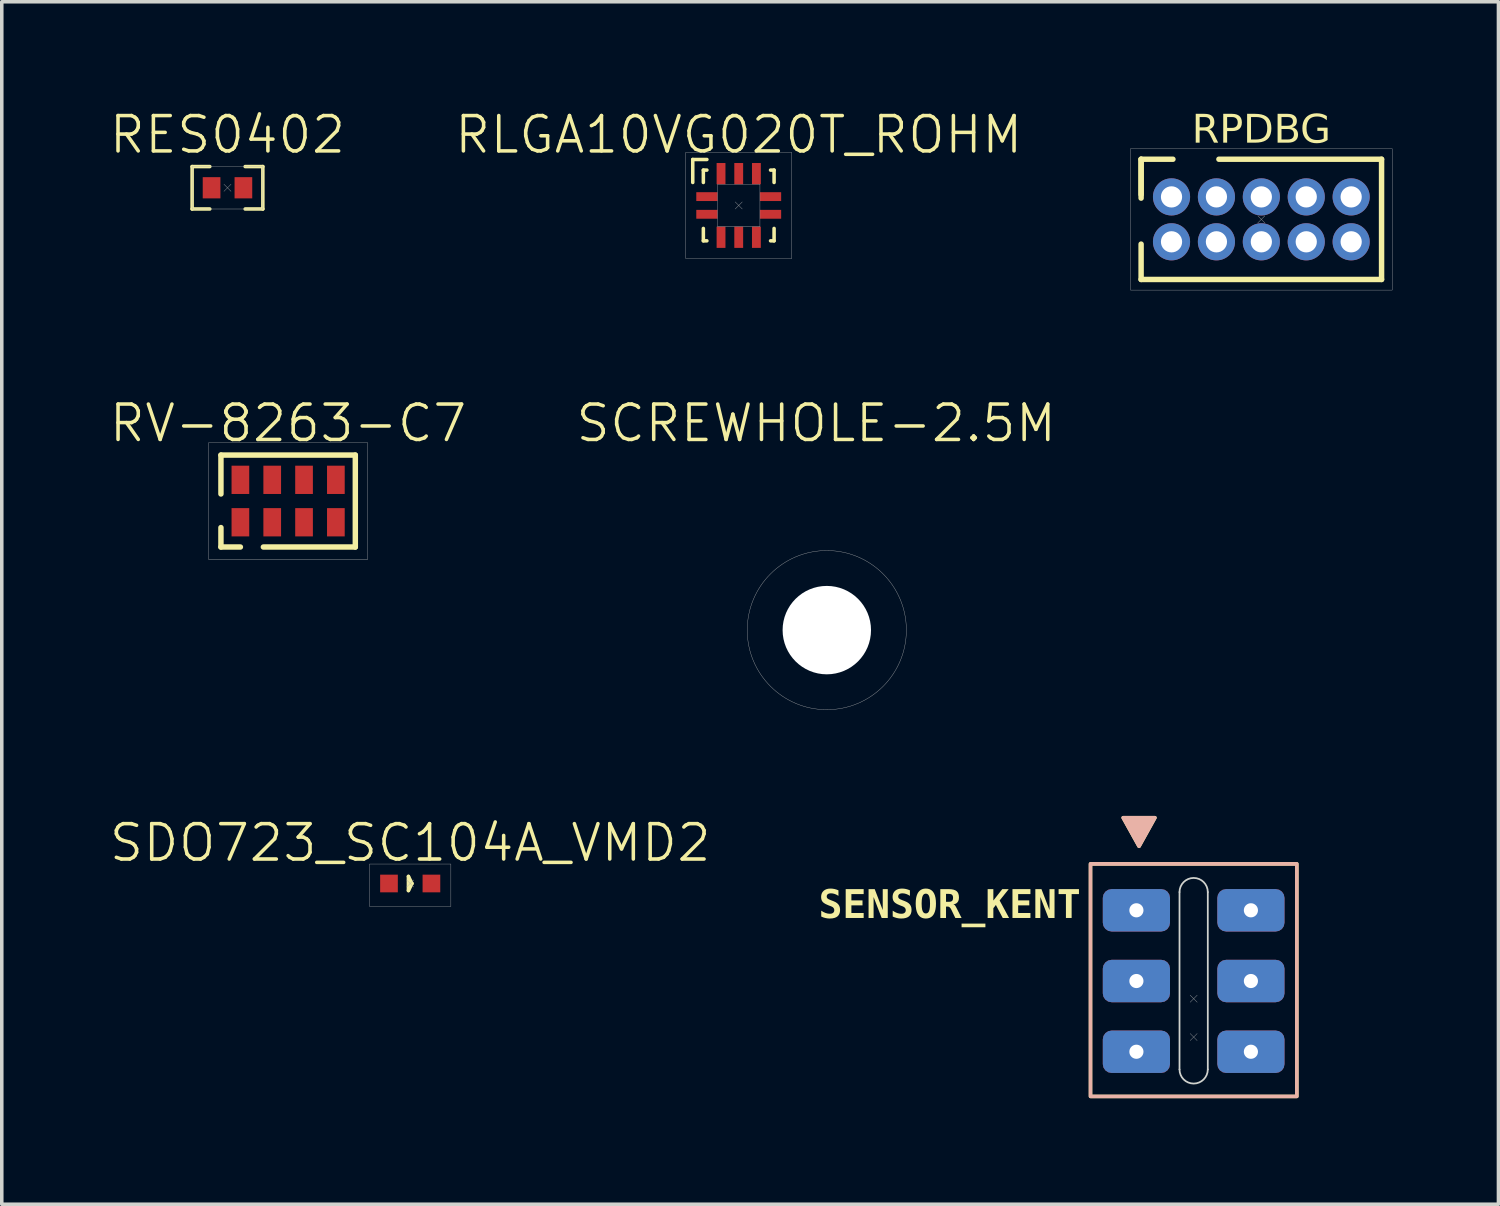
<source format=kicad_pcb>
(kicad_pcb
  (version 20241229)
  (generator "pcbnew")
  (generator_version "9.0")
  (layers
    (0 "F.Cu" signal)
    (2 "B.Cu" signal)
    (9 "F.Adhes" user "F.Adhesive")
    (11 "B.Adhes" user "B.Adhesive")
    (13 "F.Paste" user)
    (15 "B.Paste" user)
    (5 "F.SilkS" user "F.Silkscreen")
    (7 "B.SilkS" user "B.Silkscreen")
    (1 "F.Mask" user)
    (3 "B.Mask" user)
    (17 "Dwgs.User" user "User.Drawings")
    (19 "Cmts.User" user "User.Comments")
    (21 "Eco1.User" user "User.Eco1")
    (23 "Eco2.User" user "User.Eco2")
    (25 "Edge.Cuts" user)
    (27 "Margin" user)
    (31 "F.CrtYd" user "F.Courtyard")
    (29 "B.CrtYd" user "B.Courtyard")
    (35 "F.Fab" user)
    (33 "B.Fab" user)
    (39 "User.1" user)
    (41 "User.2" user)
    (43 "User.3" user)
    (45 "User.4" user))
  (footprint "SDO723_SC104A_VMD2"
    (layer "F.Cu")
    (at 8.55 21.934)
    (property "Reference" "SDO723_SC104A_VMD2" (at 0 -1.15 0) (unlocked yes) (layer "F.SilkS") (effects (font (size 1 1) (thickness 0.1))))
    (attr smd)
    (fp_line (start -0.05 -0.2) (end -0.05 0.2) (stroke (width 0.1) (type default)) (layer "F.SilkS"))
    (fp_line (start -0.05 0.2) (end 0.05 0) (stroke (width 0.1) (type default)) (layer "F.SilkS"))
    (fp_line (start 0.05 0) (end -0.05 -0.2) (stroke (width 0.1) (type default)) (layer "F.SilkS"))
    (fp_line (start -0.1 0.1) (end 0.1 -0.1) (stroke (width 0.01) (type default)) (layer "F.Fab"))
    (fp_line (start 0.1 0.1) (end -0.1 -0.1) (stroke (width 0.01) (type default)) (layer "F.Fab"))
    (fp_rect (start -1.15 -0.55) (end 1.15 0.65) (stroke (width 0.01) (type default)) (fill no) (layer "F.Fab"))
    (pad "A" smd rect (at -0.6 0) (size 0.5 0.5) (layers "F.Cu" "F.Mask" "F.Paste"))
    (pad "K" smd rect (at 0.6 0) (size 0.5 0.5) (layers "F.Cu" "F.Mask" "F.Paste")))
  (footprint "SENSOR_KENT"
    (layer "F.Cu")
    (at 30.705 26.277)
    (property "Reference" "SENSOR_KENT" (at -6.9 -3.7 0) (unlocked yes) (layer "F.SilkS") (effects (font (face "Consolas") (size 0.8 0.8) (thickness 0.16) (bold yes))))
    (attr through_hole)
    (fp_poly (pts (xy -1.544 -5.395) (xy -1.095 -6.203) (xy -1.993 -6.203)) (stroke (width 0.1) (type solid)) (fill yes) (layer "F.SilkS"))
    (fp_poly (pts (xy -2.917 -4.898) (xy 2.917 -4.898) (xy 2.917 1.678) (xy -2.917 1.678)) (stroke (width 0.1) (type default)) (fill no) (layer "F.SilkS"))
    (fp_poly (pts (xy -1.544 -5.395) (xy -1.095 -6.203) (xy -1.993 -6.203)) (stroke (width 0.1) (type solid)) (fill yes) (layer "B.SilkS"))
    (fp_poly (pts (xy -2.917 -4.898) (xy 2.917 -4.898) (xy 2.917 1.678) (xy -2.917 1.678)) (stroke (width 0.1) (type default)) (fill no) (layer "B.SilkS"))
    (fp_line (start -0.4 0.915) (end -0.4 -4.1) (stroke (width 0.05) (type default)) (layer "Edge.Cuts"))
    (fp_line (start 0.4 -4.1) (end 0.4 0.915) (stroke (width 0.05) (type default)) (layer "Edge.Cuts"))
    (fp_arc (start -0.4 -4.1) (mid -0.000001 -4.5) (end 0.399999 -4.100001) (stroke (width 0.05) (type default)) (layer "Edge.Cuts"))
    (fp_arc (start 0.4 0.915) (mid 0 1.315001) (end -0.4 0.915) (stroke (width 0.05) (type default)) (layer "Edge.Cuts"))
    (fp_line (start -1.669 0.315) (end -1.469 0.515) (stroke (width 0.01) (type default)) (layer "F.Fab"))
    (fp_line (start -1.669 0.515) (end -1.469 0.315) (stroke (width 0.01) (type default)) (layer "F.Fab"))
    (fp_line (start -0.1 -1.185) (end 0.1 -0.985) (stroke (width 0.01) (type default)) (layer "F.Fab"))
    (fp_line (start -0.1 -0.985) (end 0.1 -1.185) (stroke (width 0.01) (type default)) (layer "F.Fab"))
    (fp_line (start -0.1 -0.1) (end 0.1 0.1) (stroke (width 0.01) (type default)) (layer "F.Fab"))
    (fp_line (start -0.1 0.1) (end 0.1 -0.1) (stroke (width 0.01) (type default)) (layer "F.Fab"))
    (pad "1" thru_hole circle (at -1.619 -3.585) (size 0.8 0.8) (drill 0.4) (layers "*.Cu" "*.Mask"))
    (pad "1" smd roundrect (at -1.619 -3.585) (size 1.9 1.2) (layers "F.Cu" "F.Mask" "F.Paste") (roundrect_rratio 0.208))
    (pad "1" smd roundrect (at -1.619 -3.585) (size 1.9 1.2) (layers "B.Cu" "B.Mask" "B.Paste") (roundrect_rratio 0.208))
    (pad "2" thru_hole circle (at -1.619 -1.585) (size 0.8 0.8) (drill 0.4) (layers "*.Cu" "*.Mask"))
    (pad "2" smd roundrect (at -1.619 -1.585) (size 1.9 1.2) (layers "F.Cu" "F.Mask" "F.Paste") (roundrect_rratio 0.208))
    (pad "2" smd roundrect (at -1.619 -1.585) (size 1.9 1.2) (layers "B.Cu" "B.Mask" "B.Paste") (roundrect_rratio 0.208))
    (pad "3" thru_hole circle (at -1.619 0.415) (size 0.8 0.8) (drill 0.4) (layers "*.Cu" "*.Mask"))
    (pad "3" smd roundrect (at -1.619 0.415) (size 1.9 1.2) (layers "F.Cu" "F.Mask" "F.Paste") (roundrect_rratio 0.208))
    (pad "3" smd roundrect (at -1.619 0.415) (size 1.9 1.2) (layers "B.Cu" "B.Mask" "B.Paste") (roundrect_rratio 0.208))
    (pad "4" thru_hole circle (at 1.619 0.415) (size 0.8 0.8) (drill 0.4) (layers "*.Cu" "*.Mask"))
    (pad "4" smd roundrect (at 1.619 0.415) (size 1.9 1.2) (layers "F.Cu" "F.Mask" "F.Paste") (roundrect_rratio 0.208))
    (pad "4" smd roundrect (at 1.619 0.415) (size 1.9 1.2) (layers "B.Cu" "B.Mask" "B.Paste") (roundrect_rratio 0.208))
    (pad "5" thru_hole circle (at 1.619 -1.585) (size 0.8 0.8) (drill 0.4) (layers "*.Cu" "*.Mask"))
    (pad "5" smd roundrect (at 1.619 -1.585) (size 1.9 1.2) (layers "F.Cu" "F.Mask" "F.Paste") (roundrect_rratio 0.208))
    (pad "5" smd roundrect (at 1.619 -1.585) (size 1.9 1.2) (layers "B.Cu" "B.Mask" "B.Paste") (roundrect_rratio 0.208))
    (pad "6" thru_hole circle (at 1.619 -3.585) (size 0.8 0.8) (drill 0.4) (layers "*.Cu" "*.Mask"))
    (pad "6" smd roundrect (at 1.619 -3.585) (size 1.9 1.2) (layers "F.Cu" "F.Mask" "F.Paste") (roundrect_rratio 0.208))
    (pad "6" smd roundrect (at 1.619 -3.585) (size 1.9 1.2) (layers "B.Cu" "B.Mask" "B.Paste") (roundrect_rratio 0.208)))
  (footprint "SCREWHOLE-2.5M"
    (layer "F.Cu")
    (at 20.331 14.769)
    (property "Reference" "SCREWHOLE-2.5M" (at -0.3 -5.85 0) (unlocked yes) (layer "F.SilkS") (effects (font (size 1 1) (thickness 0.1))))
    (fp_line (start -0.1 0.1) (end 0.1 -0.1) (stroke (width 0.01) (type default)) (layer "F.Fab"))
    (fp_line (start 0.1 0.1) (end -0.1 -0.1) (stroke (width 0.01) (type default)) (layer "F.Fab"))
    (fp_circle (center 0 0) (end 2.25 0) (stroke (width 0.01) (type default)) (fill no) (layer "F.Fab"))
    (pad "" np_thru_hole circle (at 0 0) (size 2.5 2.5) (drill 2.5) (layers "*.Cu" "*.Mask")))
  (footprint "RPDBG"
    (layer "F.Cu")
    (at 32.619 3.153)
    (property "Reference" "RPDBG" (at 0 -2.5 0) (unlocked yes) (layer "F.SilkS") (effects (font (face "Arial") (size 0.8 0.8) (thickness 0.1))))
    (attr through_hole)
    (fp_line (start -3.4 0.7) (end -3.4 1.7) (stroke (width 0.154) (type default)) (layer "F.SilkS"))
    (fp_line (start -3.4 -1.7) (end -3.4 -0.6) (stroke (width 0.154) (type default)) (layer "F.SilkS"))
    (fp_line (start -3.4 -1.7) (end -3.4 -0.7) (stroke (width 0.154) (type default)) (layer "F.SilkS"))
    (fp_line (start -3.4 -1.7) (end -2.5 -1.7) (stroke (width 0.154) (type default)) (layer "F.SilkS"))
    (fp_line (start -1.2 -1.7) (end 3.4 -1.7) (stroke (width 0.154) (type default)) (layer "F.SilkS"))
    (fp_line (start 3.4 1.7) (end -3.4 1.7) (stroke (width 0.154) (type default)) (layer "F.SilkS"))
    (fp_line (start 3.4 1.7) (end 3.4 -1.7) (stroke (width 0.154) (type default)) (layer "F.SilkS"))
    (fp_line (start -0.1 -0.1) (end 0.1 0.1) (stroke (width 0.01) (type default)) (layer "F.Fab"))
    (fp_line (start 0.1 -0.1) (end -0.1 0.1) (stroke (width 0.01) (type default)) (layer "F.Fab"))
    (fp_poly (pts (xy -3.7 -2) (xy 3.7 -2) (xy 3.7 2) (xy -3.7 2)) (stroke (width 0.01) (type default)) (fill no) (layer "F.Fab"))
    (pad "1" thru_hole circle (at -2.54 -0.635) (size 1.05 1.05) (drill 0.6) (layers "*.Cu" "*.Mask"))
    (pad "2" thru_hole circle (at -2.54 0.635) (size 1.05 1.05) (drill 0.6) (layers "*.Cu" "*.Mask"))
    (pad "3" thru_hole circle (at -1.27 -0.635) (size 1.05 1.05) (drill 0.6) (layers "*.Cu" "*.Mask"))
    (pad "4" thru_hole circle (at -1.27 0.635) (size 1.05 1.05) (drill 0.6) (layers "*.Cu" "*.Mask"))
    (pad "5" thru_hole circle (at 0 -0.635) (size 1.05 1.05) (drill 0.6) (layers "*.Cu" "*.Mask"))
    (pad "6" thru_hole circle (at 0 0.635) (size 1.05 1.05) (drill 0.6) (layers "*.Cu" "*.Mask"))
    (pad "7" thru_hole circle (at 1.27 -0.635) (size 1.05 1.05) (drill 0.6) (layers "*.Cu" "*.Mask"))
    (pad "8" thru_hole circle (at 1.27 0.635) (size 1.05 1.05) (drill 0.6) (layers "*.Cu" "*.Mask"))
    (pad "9" thru_hole circle (at 2.54 -0.635) (size 1.05 1.05) (drill 0.6) (layers "*.Cu" "*.Mask"))
    (pad "10" thru_hole circle (at 2.54 0.635) (size 1.05 1.05) (drill 0.6) (layers "*.Cu" "*.Mask")))
  (footprint "RLGA10VG020T_ROHM"
    (layer "F.Cu")
    (at 17.84 2.76)
    (property "Reference" "RLGA10VG020T_ROHM" (at 0 -2 0) (unlocked yes) (layer "F.SilkS") (effects (font (size 1 1) (thickness 0.1))))
    (attr smd)
    (fp_line (start -1.3 -1.3) (end -0.9 -1.3) (stroke (width 0.1) (type default)) (layer "F.SilkS"))
    (fp_line (start -1.3 -0.65) (end -1.3 -1.3) (stroke (width 0.1) (type default)) (layer "F.SilkS"))
    (fp_line (start -1 -1) (end -0.9 -1) (stroke (width 0.1) (type default)) (layer "F.SilkS"))
    (fp_line (start -1 -0.65) (end -1 -1) (stroke (width 0.1) (type default)) (layer "F.SilkS"))
    (fp_line (start -1 1) (end -1 0.65) (stroke (width 0.1) (type default)) (layer "F.SilkS"))
    (fp_line (start -1 1) (end -0.9 1) (stroke (width 0.1) (type default)) (layer "F.SilkS"))
    (fp_line (start 0.9 -1) (end 1 -1) (stroke (width 0.1) (type default)) (layer "F.SilkS"))
    (fp_line (start 0.9 1) (end 1 1) (stroke (width 0.1) (type default)) (layer "F.SilkS"))
    (fp_line (start 1 -0.65) (end 1 -1) (stroke (width 0.1) (type default)) (layer "F.SilkS"))
    (fp_line (start 1 1) (end 1 0.65) (stroke (width 0.1) (type default)) (layer "F.SilkS"))
    (fp_line (start -0.1 -0.1) (end 0.1 0.1) (stroke (width 0.01) (type default)) (layer "F.Fab"))
    (fp_line (start 0.1 -0.1) (end -0.1 0.1) (stroke (width 0.01) (type default)) (layer "F.Fab"))
    (fp_rect (start -1.5 -1.5) (end 1.5 1.5) (stroke (width 0.01) (type default)) (fill no) (layer "F.Fab"))
    (fp_rect (start -0.6 -0.6) (end 0.6 0.6) (stroke (width 0.01) (type default)) (fill no) (layer "F.Fab"))
    (pad "1" smd rect (at -0.9 -0.25) (size 0.6 0.25) (layers "F.Cu" "F.Mask" "F.Paste"))
    (pad "2" smd rect (at -0.9 0.25) (size 0.6 0.25) (layers "F.Cu" "F.Mask" "F.Paste"))
    (pad "3" smd rect (at -0.5 0.9 90) (size 0.6 0.25) (layers "F.Cu" "F.Mask" "F.Paste"))
    (pad "4" smd rect (at 0 0.9 90) (size 0.6 0.25) (layers "F.Cu" "F.Mask" "F.Paste"))
    (pad "5" smd rect (at 0.5 0.9 90) (size 0.6 0.25) (layers "F.Cu" "F.Mask" "F.Paste"))
    (pad "6" smd rect (at 0.9 0.25) (size 0.6 0.25) (layers "F.Cu" "F.Mask" "F.Paste"))
    (pad "7" smd rect (at 0.9 -0.25) (size 0.6 0.25) (layers "F.Cu" "F.Mask" "F.Paste"))
    (pad "8" smd rect (at 0.5 -0.9 90) (size 0.6 0.25) (layers "F.Cu" "F.Mask" "F.Paste"))
    (pad "9" smd rect (at 0 -0.9 90) (size 0.6 0.25) (layers "F.Cu" "F.Mask" "F.Paste"))
    (pad "10" smd rect (at -0.5 -0.9 90) (size 0.6 0.25) (layers "F.Cu" "F.Mask" "F.Paste")))
  (footprint "RES0402"
    (layer "F.Cu")
    (at 3.383 2.26)
    (property "Reference" "RES0402" (at 0 -1.5 0) (unlocked yes) (layer "F.SilkS") (effects (font (size 1 1) (thickness 0.1))))
    (attr smd)
    (fp_line (start -1 -0.6) (end -1 0.6) (stroke (width 0.1) (type default)) (layer "F.SilkS"))
    (fp_line (start -1 -0.6) (end -0.5 -0.6) (stroke (width 0.1) (type default)) (layer "F.SilkS"))
    (fp_line (start -1 0.6) (end -0.5 0.6) (stroke (width 0.1) (type default)) (layer "F.SilkS"))
    (fp_line (start 0.5 0.6) (end 1 0.6) (stroke (width 0.1) (type default)) (layer "F.SilkS"))
    (fp_line (start 1 -0.6) (end 0.5 -0.6) (stroke (width 0.1) (type default)) (layer "F.SilkS"))
    (fp_line (start 1 0.6) (end 1 -0.6) (stroke (width 0.1) (type default)) (layer "F.SilkS"))
    (fp_line (start -0.1 -0.1) (end 0.1 0.1) (stroke (width 0.01) (type default)) (layer "F.Fab"))
    (fp_line (start 0.1 -0.1) (end -0.1 0.1) (stroke (width 0.01) (type default)) (layer "F.Fab"))
    (fp_rect (start -1 -0.6) (end 1 0.6) (stroke (width 0.01) (type default)) (fill no) (layer "F.Fab"))
    (pad "1" smd rect (at -0.45 0) (size 0.5 0.6) (layers "F.Cu" "F.Mask" "F.Paste"))
    (pad "2" smd rect (at 0.45 0) (size 0.5 0.6) (layers "F.Cu" "F.Mask" "F.Paste")))
  (footprint "RV-8263-C7"
    (layer "F.Cu")
    (at 5.098 11.119)
    (property "Reference" "RV-8263-C7" (at 0 -2.2 0) (unlocked yes) (layer "F.SilkS") (effects (font (size 1 1) (thickness 0.1))))
    (attr smd)
    (fp_line (start -1.9 -1.3) (end -1.9 -0.2) (stroke (width 0.154) (type default)) (layer "F.SilkS"))
    (fp_line (start -1.9 -1.3) (end 1.9 -1.3) (stroke (width 0.154) (type default)) (layer "F.SilkS"))
    (fp_line (start -1.9 1.3) (end -1.9 0.75) (stroke (width 0.154) (type default)) (layer "F.SilkS"))
    (fp_line (start -1.35 1.3) (end -1.9 1.3) (stroke (width 0.154) (type default)) (layer "F.SilkS"))
    (fp_line (start -0.7 1.3) (end 1.9 1.3) (stroke (width 0.154) (type default)) (layer "F.SilkS"))
    (fp_line (start 1.9 -1.3) (end 1.9 1.3) (stroke (width 0.154) (type default)) (layer "F.SilkS"))
    (fp_rect (start -2.25 -1.65) (end 2.25 1.65) (stroke (width 0.01) (type default)) (fill no) (layer "F.Fab"))
    (pad "1" smd rect (at -1.35 0.6) (size 0.5 0.8) (layers "F.Cu" "F.Mask" "F.Paste"))
    (pad "2" smd rect (at -0.45 0.6) (size 0.5 0.8) (layers "F.Cu" "F.Mask" "F.Paste"))
    (pad "3" smd rect (at 0.45 0.6) (size 0.5 0.8) (layers "F.Cu" "F.Mask" "F.Paste"))
    (pad "4" smd rect (at 1.35 0.6) (size 0.5 0.8) (layers "F.Cu" "F.Mask" "F.Paste"))
    (pad "5" smd rect (at 1.35 -0.6) (size 0.5 0.8) (layers "F.Cu" "F.Mask" "F.Paste"))
    (pad "6" smd rect (at 0.45 -0.6) (size 0.5 0.8) (layers "F.Cu" "F.Mask" "F.Paste"))
    (pad "7" smd rect (at -0.45 -0.6) (size 0.5 0.8) (layers "F.Cu" "F.Mask" "F.Paste"))
    (pad "8" smd rect (at -1.35 -0.6) (size 0.5 0.8) (layers "F.Cu" "F.Mask" "F.Paste")))
  (gr_rect
    (start -3 -3)
    (end 39.324 31.005)
    (stroke (width 0.1) (type default))
    (fill no)
    (layer "Edge.Cuts")))
</source>
